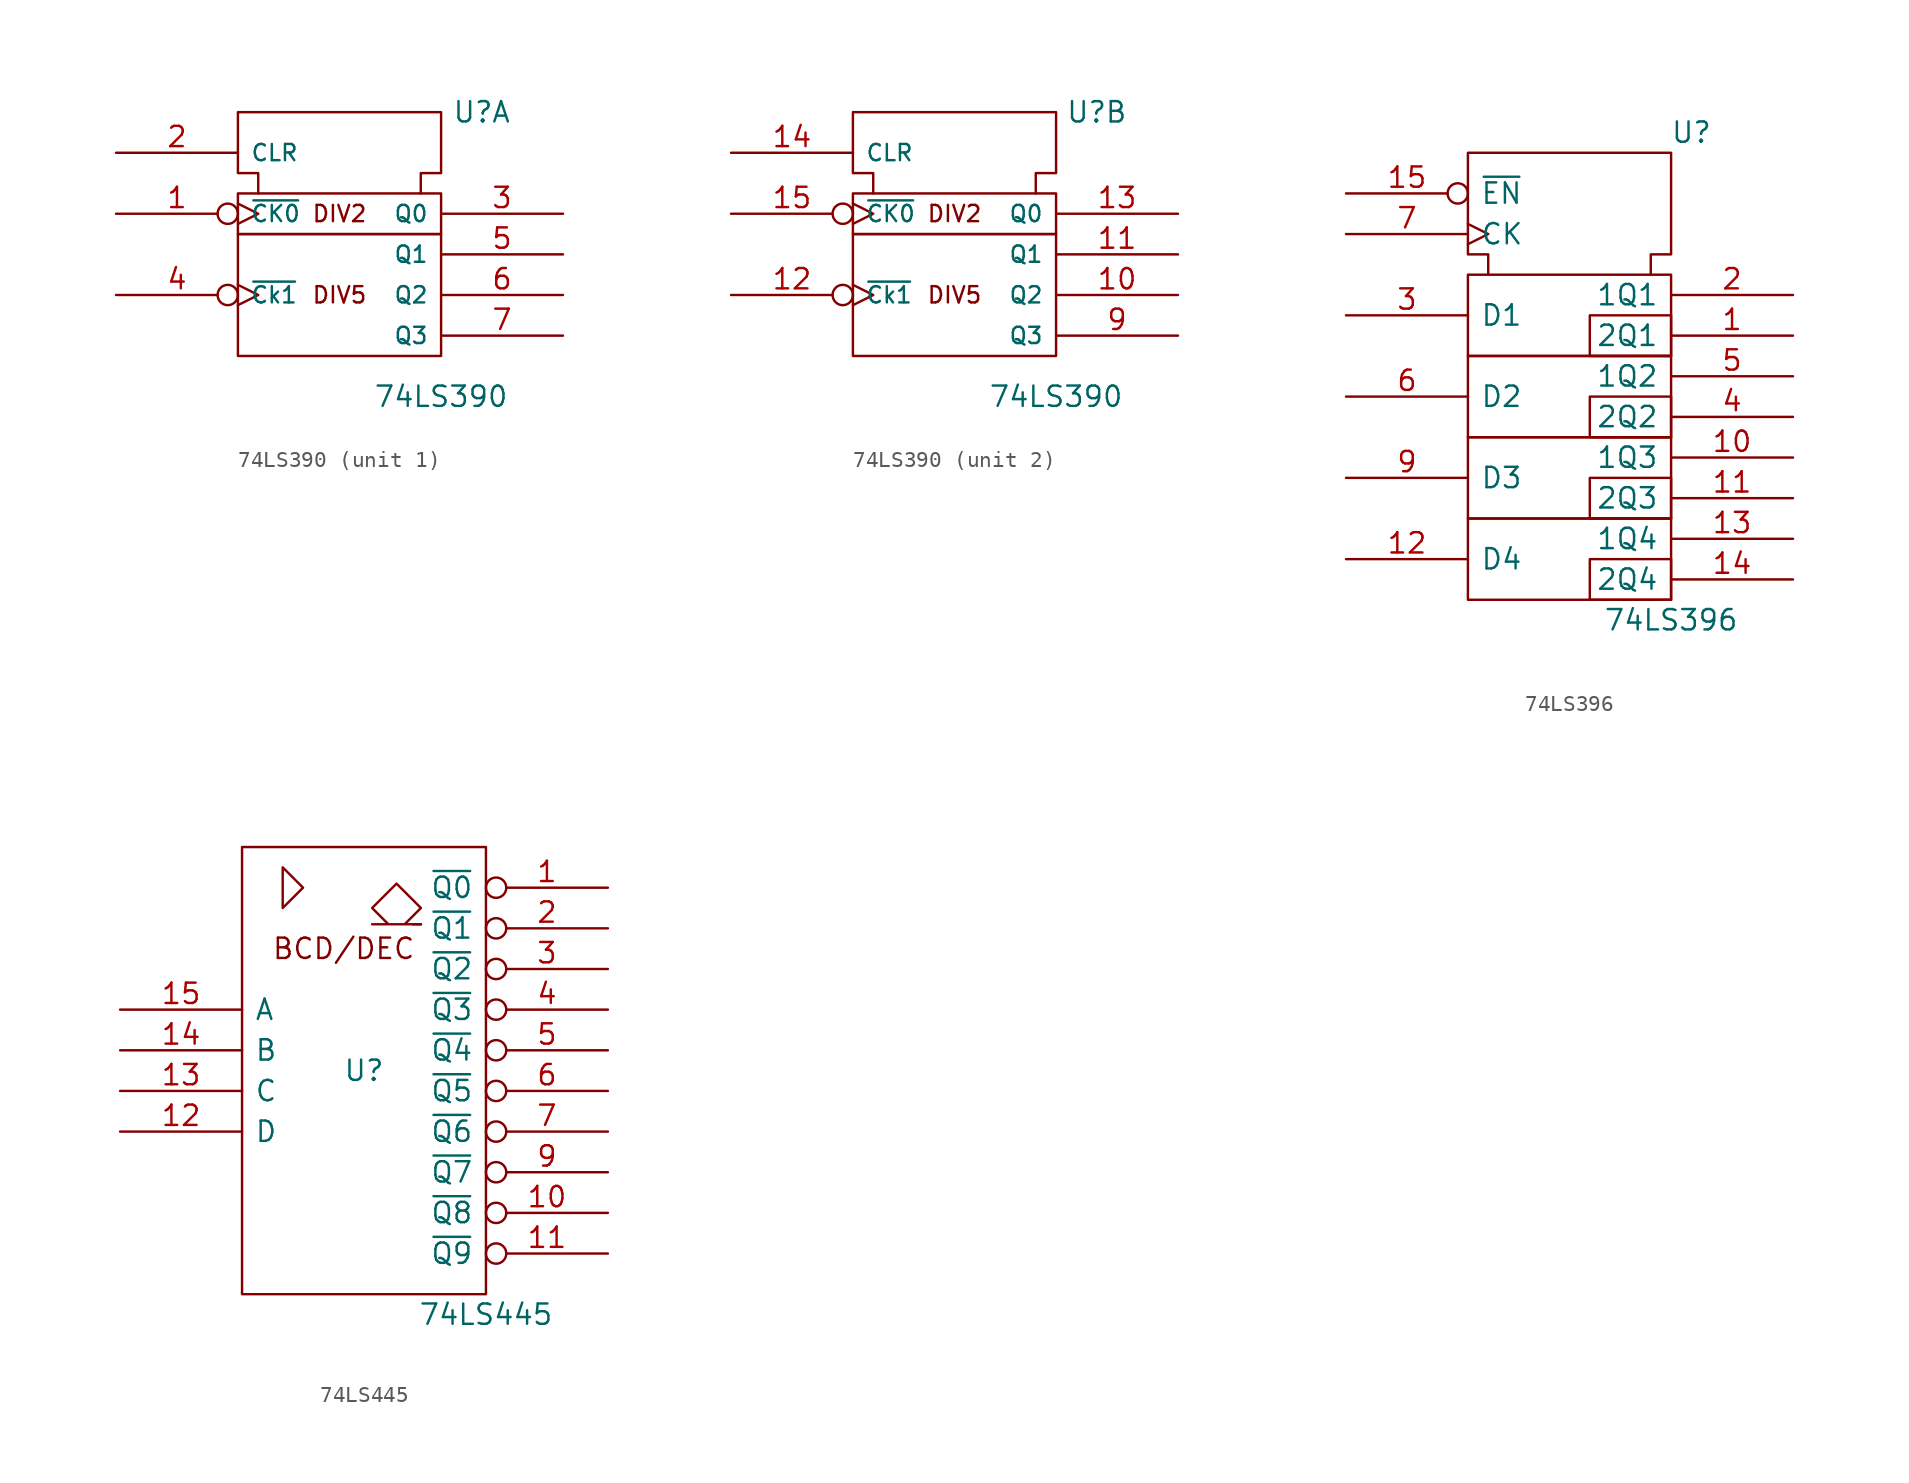
<source format=kicad_sym>
(kicad_symbol_lib
  (version 20201005)
  (generator kicad_symbol_editor)
  (symbol "74LS390"
    (pin_names
      (offset 0.762))
    (property "Reference" "U"
      (at 8.89 10.16 0)
      (effects (font (size 1.27 1.27))))
    (property "Value" "74LS390"
      (at 6.35 -7.62 0)
      (effects (font (size 1.27 1.27))))
    (symbol "74LS390_0_0"
      (text "DIV2" (at 0 3.81 0) (effects (font (size 1.016 1.016))))
      (text "DIV5" (at 0 -1.27 0) (effects (font (size 1.016 1.016))))
      (rectangle (start -6.35 2.54) (end 6.35 -5.08) (stroke (width 0)) (fill (type none)))
      (rectangle (start -6.35 5.08) (end 6.35 2.54) (stroke (width 0)) (fill (type none)))
      (polyline (pts (xy -5.08 5.08) (xy -5.08 6.35) (xy -6.35 6.35) (xy -6.35 10.16) (xy 6.35 10.16) (xy 6.35 6.35) (xy 5.08 6.35) (xy 5.08 5.08) (xy 5.08 5.08)) (stroke (width 0)) (fill (type none)))
      (pin power_in line (at 3.81 10.16 270) (length 0) hide (name "VCC" (effects (font (size 1.016 1.016)))) (number "16" (effects (font (size 1.27 1.27)))))
      (pin power_in line (at 1.27 10.16 270) (length 0) hide (name "GND" (effects (font (size 1.016 1.016)))) (number "8" (effects (font (size 1.27 1.27))))))
    (symbol "74LS390_1_1"
      (pin input inverted_clock (at -13.97 3.81 0) (length 7.62) (name "~CK0" (effects (font (size 1.016 1.016)))) (number "1" (effects (font (size 1.27 1.27)))))
      (pin input line (at -13.97 7.62 0) (length 7.62) (name "CLR" (effects (font (size 1.016 1.016)))) (number "2" (effects (font (size 1.27 1.27)))))
      (pin output line (at 13.97 3.81 180) (length 7.62) (name "Q0" (effects (font (size 1.016 1.016)))) (number "3" (effects (font (size 1.27 1.27)))))
      (pin input inverted_clock (at -13.97 -1.27 0) (length 7.62) (name "~Ck1" (effects (font (size 1.016 1.016)))) (number "4" (effects (font (size 1.27 1.27)))))
      (pin output line (at 13.97 1.27 180) (length 7.62) (name "Q1" (effects (font (size 1.016 1.016)))) (number "5" (effects (font (size 1.27 1.27)))))
      (pin output line (at 13.97 -1.27 180) (length 7.62) (name "Q2" (effects (font (size 1.016 1.016)))) (number "6" (effects (font (size 1.27 1.27)))))
      (pin output line (at 13.97 -3.81 180) (length 7.62) (name "Q3" (effects (font (size 1.016 1.016)))) (number "7" (effects (font (size 1.27 1.27))))))
    (symbol "74LS390_2_1"
      (pin output line (at 13.97 -1.27 180) (length 7.62) (name "Q2" (effects (font (size 1.016 1.016)))) (number "10" (effects (font (size 1.27 1.27)))))
      (pin output line (at 13.97 1.27 180) (length 7.62) (name "Q1" (effects (font (size 1.016 1.016)))) (number "11" (effects (font (size 1.27 1.27)))))
      (pin input inverted_clock (at -13.97 -1.27 0) (length 7.62) (name "~Ck1" (effects (font (size 1.016 1.016)))) (number "12" (effects (font (size 1.27 1.27)))))
      (pin output line (at 13.97 3.81 180) (length 7.62) (name "Q0" (effects (font (size 1.016 1.016)))) (number "13" (effects (font (size 1.27 1.27)))))
      (pin input line (at -13.97 7.62 0) (length 7.62) (name "CLR" (effects (font (size 1.016 1.016)))) (number "14" (effects (font (size 1.27 1.27)))))
      (pin input inverted_clock (at -13.97 3.81 0) (length 7.62) (name "~CK0" (effects (font (size 1.016 1.016)))) (number "15" (effects (font (size 1.27 1.27)))))
      (pin output line (at 13.97 -3.81 180) (length 7.62) (name "Q3" (effects (font (size 1.016 1.016)))) (number "9" (effects (font (size 1.27 1.27)))))))
  (symbol "74LS396"
    (pin_names
      (offset 0.762))
    (property "Reference" "U"
      (at 7.62 10.16 0)
      (effects (font (size 1.27 1.27))))
    (property "Value" "74LS396"
      (at 6.35 -20.32 0)
      (effects (font (size 1.27 1.27))))
    (symbol "74LS396_0_0"
      (rectangle (start -6.35 -13.97) (end 6.35 -19.05) (stroke (width 0)) (fill (type none)))
      (rectangle (start -6.35 -8.89) (end 6.35 -13.97) (stroke (width 0)) (fill (type none)))
      (rectangle (start -6.35 -3.81) (end 6.35 -8.89) (stroke (width 0)) (fill (type none)))
      (rectangle (start -6.35 1.27) (end 6.35 -3.81) (stroke (width 0)) (fill (type none)))
      (rectangle (start 6.35 -16.51) (end 1.27 -19.05) (stroke (width 0)) (fill (type none)))
      (rectangle (start 6.35 -11.43) (end 1.27 -13.97) (stroke (width 0)) (fill (type none)))
      (rectangle (start 6.35 -6.35) (end 1.27 -8.89) (stroke (width 0)) (fill (type none)))
      (rectangle (start 6.35 -1.27) (end 1.27 -3.81) (stroke (width 0)) (fill (type none))))
    (symbol "74LS396_0_1"
      (polyline (pts (xy -5.08 1.27) (xy -5.08 2.54) (xy -6.35 2.54) (xy -6.35 8.89) (xy 6.35 8.89) (xy 6.35 2.54) (xy 5.08 2.54) (xy 5.08 1.27) (xy 5.08 1.27)) (stroke (width 0)) (fill (type none))))
    (symbol "74LS396_1_1"
      (pin output line (at 13.97 -2.54 180) (length 7.62) (name "2Q1" (effects (font (size 1.27 1.27)))) (number "1" (effects (font (size 1.27 1.27)))))
      (pin output line (at 13.97 -10.16 180) (length 7.62) (name "1Q3" (effects (font (size 1.27 1.27)))) (number "10" (effects (font (size 1.27 1.27)))))
      (pin output line (at 13.97 -12.7 180) (length 7.62) (name "2Q3" (effects (font (size 1.27 1.27)))) (number "11" (effects (font (size 1.27 1.27)))))
      (pin input line (at -13.97 -16.51 0) (length 7.62) (name "D4" (effects (font (size 1.27 1.27)))) (number "12" (effects (font (size 1.27 1.27)))))
      (pin output line (at 13.97 -15.24 180) (length 7.62) (name "1Q4" (effects (font (size 1.27 1.27)))) (number "13" (effects (font (size 1.27 1.27)))))
      (pin output line (at 13.97 -17.78 180) (length 7.62) (name "2Q4" (effects (font (size 1.27 1.27)))) (number "14" (effects (font (size 1.27 1.27)))))
      (pin input inverted (at -13.97 6.35 0) (length 7.62) (name "~EN" (effects (font (size 1.27 1.27)))) (number "15" (effects (font (size 1.27 1.27)))))
      (pin power_in line (at 3.81 8.89 270) (length 0) hide (name "Vdd" (effects (font (size 1.27 1.27)))) (number "16" (effects (font (size 1.27 1.27)))))
      (pin output line (at 13.97 0 180) (length 7.62) (name "1Q1" (effects (font (size 1.27 1.27)))) (number "2" (effects (font (size 1.27 1.27)))))
      (pin input line (at -13.97 -1.27 0) (length 7.62) (name "D1" (effects (font (size 1.27 1.27)))) (number "3" (effects (font (size 1.27 1.27)))))
      (pin output line (at 13.97 -7.62 180) (length 7.62) (name "2Q2" (effects (font (size 1.27 1.27)))) (number "4" (effects (font (size 1.27 1.27)))))
      (pin output line (at 13.97 -5.08 180) (length 7.62) (name "1Q2" (effects (font (size 1.27 1.27)))) (number "5" (effects (font (size 1.27 1.27)))))
      (pin input line (at -13.97 -6.35 0) (length 7.62) (name "D2" (effects (font (size 1.27 1.27)))) (number "6" (effects (font (size 1.27 1.27)))))
      (pin input clock (at -13.97 3.81 0) (length 7.62) (name "CK" (effects (font (size 1.27 1.27)))) (number "7" (effects (font (size 1.27 1.27)))))
      (pin power_in line (at 0 8.89 270) (length 0) hide (name "Vss" (effects (font (size 1.27 1.27)))) (number "8" (effects (font (size 1.27 1.27)))))
      (pin input line (at -13.97 -11.43 0) (length 7.62) (name "D3" (effects (font (size 1.27 1.27)))) (number "9" (effects (font (size 1.27 1.27)))))))
  (symbol "74LS445"
    (pin_names
      (offset 0.762))
    (property "Reference" "U"
      (at 0 0 0)
      (effects (font (size 1.27 1.27))))
    (property "Value" "74LS445"
      (at 7.62 -15.24 0)
      (effects (font (size 1.27 1.27))))
    (symbol "74LS445_0_0"
      (text "BCD/DEC" (at -1.27 7.62 0) (effects (font (size 1.27 1.27))))
      (polyline (pts (xy 3.556 9.144) (xy 3.048 9.144) (xy 3.048 9.144)) (stroke (width 0)) (fill (type none)))
      (polyline (pts (xy -5.08 12.7) (xy -5.08 10.16) (xy -3.81 11.43) (xy -5.08 12.7) (xy -5.08 12.7)) (stroke (width 0)) (fill (type none)))
      (polyline (pts (xy 2.54 9.144) (xy 3.556 10.16) (xy 2.032 11.684) (xy 0.508 10.16) (xy 1.524 9.144) (xy 0.508 9.144) (xy 3.556 9.144)) (stroke (width 0)) (fill (type none)))
      (pin power_in line (at 0 13.97 270) (length 0) hide (name "VCC" (effects (font (size 1.27 1.27)))) (number "16" (effects (font (size 1.27 1.27)))))
      (pin power_in line (at 0 -13.97 90) (length 0) hide (name "GND" (effects (font (size 1.27 1.27)))) (number "8" (effects (font (size 1.27 1.27))))))
    (symbol "74LS445_0_1"
      (rectangle (start -7.62 13.97) (end 7.62 -13.97) (stroke (width 0)) (fill (type none))))
    (symbol "74LS445_1_1"
      (pin open_collector inverted (at 15.24 11.43 180) (length 7.62) (name "~Q0" (effects (font (size 1.27 1.27)))) (number "1" (effects (font (size 1.27 1.27)))))
      (pin open_collector inverted (at 15.24 -8.89 180) (length 7.62) (name "~Q8" (effects (font (size 1.27 1.27)))) (number "10" (effects (font (size 1.27 1.27)))))
      (pin open_collector inverted (at 15.24 -11.43 180) (length 7.62) (name "~Q9" (effects (font (size 1.27 1.27)))) (number "11" (effects (font (size 1.27 1.27)))))
      (pin input line (at -15.24 -3.81 0) (length 7.62) (name "D" (effects (font (size 1.27 1.27)))) (number "12" (effects (font (size 1.27 1.27)))))
      (pin input line (at -15.24 -1.27 0) (length 7.62) (name "C" (effects (font (size 1.27 1.27)))) (number "13" (effects (font (size 1.27 1.27)))))
      (pin input line (at -15.24 1.27 0) (length 7.62) (name "B" (effects (font (size 1.27 1.27)))) (number "14" (effects (font (size 1.27 1.27)))))
      (pin input line (at -15.24 3.81 0) (length 7.62) (name "A" (effects (font (size 1.27 1.27)))) (number "15" (effects (font (size 1.27 1.27)))))
      (pin open_collector inverted (at 15.24 8.89 180) (length 7.62) (name "~Q1" (effects (font (size 1.27 1.27)))) (number "2" (effects (font (size 1.27 1.27)))))
      (pin open_collector inverted (at 15.24 6.35 180) (length 7.62) (name "~Q2" (effects (font (size 1.27 1.27)))) (number "3" (effects (font (size 1.27 1.27)))))
      (pin open_collector inverted (at 15.24 3.81 180) (length 7.62) (name "~Q3" (effects (font (size 1.27 1.27)))) (number "4" (effects (font (size 1.27 1.27)))))
      (pin open_collector inverted (at 15.24 1.27 180) (length 7.62) (name "~Q4" (effects (font (size 1.27 1.27)))) (number "5" (effects (font (size 1.27 1.27)))))
      (pin open_collector inverted (at 15.24 -1.27 180) (length 7.62) (name "~Q5" (effects (font (size 1.27 1.27)))) (number "6" (effects (font (size 1.27 1.27)))))
      (pin open_collector inverted (at 15.24 -3.81 180) (length 7.62) (name "~Q6" (effects (font (size 1.27 1.27)))) (number "7" (effects (font (size 1.27 1.27)))))
      (pin open_collector inverted (at 15.24 -6.35 180) (length 7.62) (name "~Q7" (effects (font (size 1.27 1.27)))) (number "9" (effects (font (size 1.27 1.27))))))))
</source>
